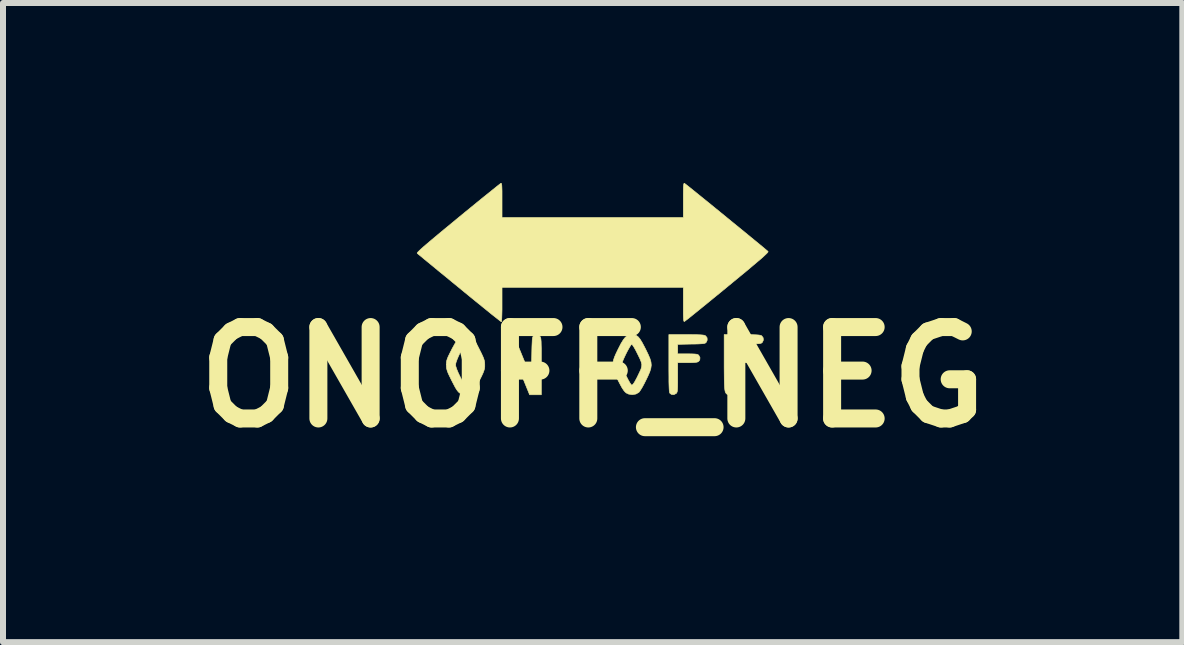
<source format=kicad_pcb>
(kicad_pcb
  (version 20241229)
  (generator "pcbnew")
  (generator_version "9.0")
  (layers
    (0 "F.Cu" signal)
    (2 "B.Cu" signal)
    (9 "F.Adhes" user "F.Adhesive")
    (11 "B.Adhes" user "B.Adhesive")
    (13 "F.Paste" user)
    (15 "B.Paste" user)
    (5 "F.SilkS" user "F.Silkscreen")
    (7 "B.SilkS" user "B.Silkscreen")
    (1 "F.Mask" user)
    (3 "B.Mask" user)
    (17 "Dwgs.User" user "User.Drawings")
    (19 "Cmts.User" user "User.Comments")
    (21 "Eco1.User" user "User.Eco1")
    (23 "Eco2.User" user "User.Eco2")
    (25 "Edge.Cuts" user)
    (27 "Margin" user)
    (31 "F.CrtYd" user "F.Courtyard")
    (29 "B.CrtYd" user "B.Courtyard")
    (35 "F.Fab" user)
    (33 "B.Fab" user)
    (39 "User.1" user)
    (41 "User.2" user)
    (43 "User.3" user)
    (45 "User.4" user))
  (footprint "ONOFF_NEG"
    (layer "F.Cu")
    (at 6.829 3.236)
    (property "Reference" "ONOFF_NEG" (at 0 0 0) (layer "F.SilkS") (effects (font (size 1.524 1.524) (thickness 0.3))))
    (attr through_hole)
    (fp_poly (pts (xy -1.317 -0.702) (xy -1.023 0.015) (xy -1.016 -0.328) (xy -1.014 -0.433) (xy -1.012 -0.514) (xy -1.009 -0.575) (xy -1.007 -0.619) (xy -1.003 -0.65) (xy -0.998 -0.669) (xy -0.992 -0.681) (xy -0.985 -0.689) (xy -0.983 -0.69) (xy -0.942 -0.707) (xy -0.903 -0.698) (xy -0.882 -0.682) (xy -0.875 -0.674) (xy -0.87 -0.663) (xy -0.865 -0.648) (xy -0.862 -0.625) (xy -0.859 -0.591) (xy -0.858 -0.544) (xy -0.856 -0.481) (xy -0.856 -0.399) (xy -0.856 -0.296) (xy -0.856 -0.18) (xy -0.856 0.294) (xy -1.051 0.294) (xy -1.197 -0.064) (xy -1.344 -0.423) (xy -1.35 -0.083) (xy -1.352 0.021) (xy -1.354 0.102) (xy -1.357 0.163) (xy -1.36 0.206) (xy -1.363 0.236) (xy -1.368 0.255) (xy -1.374 0.267) (xy -1.382 0.275) (xy -1.383 0.275) (xy -1.424 0.293) (xy -1.463 0.287) (xy -1.49 0.264) (xy -1.495 0.253) (xy -1.5 0.236) (xy -1.504 0.21) (xy -1.506 0.172) (xy -1.508 0.12) (xy -1.509 0.051) (xy -1.51 -0.038) (xy -1.511 -0.149) (xy -1.511 -0.238) (xy -1.511 -0.71) (xy -1.317 -0.702)) (stroke (width 0.01) (type solid)) (fill yes) (layer "F.SilkS"))
    (fp_poly (pts (xy 1.66 -0.708) (xy 1.736 -0.707) (xy 1.792 -0.705) (xy 1.832 -0.702) (xy 1.858 -0.698) (xy 1.876 -0.691) (xy 1.882 -0.688) (xy 1.907 -0.656) (xy 1.909 -0.616) (xy 1.893 -0.581) (xy 1.884 -0.571) (xy 1.87 -0.564) (xy 1.847 -0.559) (xy 1.812 -0.556) (xy 1.76 -0.553) (xy 1.687 -0.551) (xy 1.645 -0.551) (xy 1.417 -0.546) (xy 1.417 -0.388) (xy 1.582 -0.388) (xy 1.653 -0.387) (xy 1.702 -0.385) (xy 1.734 -0.381) (xy 1.754 -0.375) (xy 1.768 -0.365) (xy 1.769 -0.363) (xy 1.789 -0.325) (xy 1.785 -0.286) (xy 1.767 -0.263) (xy 1.751 -0.253) (xy 1.727 -0.247) (xy 1.689 -0.243) (xy 1.632 -0.241) (xy 1.58 -0.241) (xy 1.417 -0.241) (xy 1.417 0.005) (xy 1.417 0.092) (xy 1.416 0.157) (xy 1.414 0.203) (xy 1.411 0.234) (xy 1.405 0.254) (xy 1.398 0.266) (xy 1.393 0.272) (xy 1.354 0.292) (xy 1.315 0.289) (xy 1.291 0.273) (xy 1.285 0.265) (xy 1.281 0.25) (xy 1.277 0.227) (xy 1.275 0.193) (xy 1.273 0.145) (xy 1.271 0.08) (xy 1.271 -0.004) (xy 1.27 -0.109) (xy 1.27 -0.228) (xy 1.27 -0.709) (xy 1.561 -0.709) (xy 1.66 -0.708)) (stroke (width 0.01) (type solid)) (fill yes) (layer "F.SilkS"))
    (fp_poly (pts (xy 2.59 -0.708) (xy 2.667 -0.707) (xy 2.724 -0.705) (xy 2.765 -0.702) (xy 2.792 -0.698) (xy 2.81 -0.692) (xy 2.818 -0.688) (xy 2.842 -0.656) (xy 2.845 -0.616) (xy 2.829 -0.581) (xy 2.819 -0.571) (xy 2.806 -0.564) (xy 2.783 -0.559) (xy 2.748 -0.556) (xy 2.696 -0.553) (xy 2.623 -0.551) (xy 2.581 -0.551) (xy 2.353 -0.546) (xy 2.353 -0.388) (xy 2.518 -0.388) (xy 2.589 -0.387) (xy 2.638 -0.385) (xy 2.67 -0.381) (xy 2.69 -0.375) (xy 2.703 -0.365) (xy 2.705 -0.363) (xy 2.725 -0.325) (xy 2.72 -0.286) (xy 2.703 -0.263) (xy 2.687 -0.253) (xy 2.663 -0.247) (xy 2.625 -0.243) (xy 2.568 -0.241) (xy 2.516 -0.241) (xy 2.353 -0.241) (xy 2.353 0.005) (xy 2.353 0.092) (xy 2.352 0.157) (xy 2.35 0.203) (xy 2.346 0.234) (xy 2.341 0.254) (xy 2.334 0.266) (xy 2.328 0.272) (xy 2.292 0.291) (xy 2.253 0.291) (xy 2.238 0.284) (xy 2.226 0.274) (xy 2.217 0.261) (xy 2.209 0.241) (xy 2.203 0.212) (xy 2.199 0.171) (xy 2.196 0.116) (xy 2.194 0.044) (xy 2.193 -0.048) (xy 2.192 -0.163) (xy 2.192 -0.246) (xy 2.192 -0.709) (xy 2.49 -0.709) (xy 2.59 -0.708)) (stroke (width 0.01) (type solid)) (fill yes) (layer "F.SilkS"))
    (fp_poly (pts (xy 0.693 -0.705) (xy 0.728 -0.694) (xy 0.759 -0.671) (xy 0.79 -0.633) (xy 0.824 -0.578) (xy 0.864 -0.503) (xy 0.883 -0.466) (xy 0.925 -0.379) (xy 0.955 -0.309) (xy 0.972 -0.251) (xy 0.977 -0.199) (xy 0.97 -0.147) (xy 0.952 -0.088) (xy 0.921 -0.017) (xy 0.891 0.045) (xy 0.858 0.111) (xy 0.826 0.17) (xy 0.797 0.217) (xy 0.776 0.247) (xy 0.771 0.253) (xy 0.721 0.282) (xy 0.66 0.292) (xy 0.599 0.283) (xy 0.561 0.265) (xy 0.539 0.246) (xy 0.515 0.217) (xy 0.487 0.174) (xy 0.454 0.113) (xy 0.423 0.053) (xy 0.388 -0.016) (xy 0.364 -0.067) (xy 0.348 -0.105) (xy 0.339 -0.135) (xy 0.336 -0.163) (xy 0.336 -0.193) (xy 0.337 -0.207) (xy 0.486 -0.207) (xy 0.489 -0.182) (xy 0.5 -0.149) (xy 0.52 -0.102) (xy 0.55 -0.038) (xy 0.556 -0.026) (xy 0.594 0.049) (xy 0.624 0.101) (xy 0.645 0.129) (xy 0.654 0.134) (xy 0.671 0.121) (xy 0.696 0.086) (xy 0.728 0.028) (xy 0.744 -0.003) (xy 0.779 -0.076) (xy 0.804 -0.13) (xy 0.817 -0.174) (xy 0.819 -0.213) (xy 0.809 -0.253) (xy 0.789 -0.303) (xy 0.758 -0.367) (xy 0.749 -0.385) (xy 0.719 -0.445) (xy 0.691 -0.495) (xy 0.668 -0.53) (xy 0.654 -0.547) (xy 0.652 -0.548) (xy 0.639 -0.537) (xy 0.619 -0.506) (xy 0.594 -0.462) (xy 0.566 -0.41) (xy 0.539 -0.354) (xy 0.515 -0.302) (xy 0.497 -0.257) (xy 0.488 -0.229) (xy 0.486 -0.207) (xy 0.337 -0.207) (xy 0.337 -0.214) (xy 0.341 -0.253) (xy 0.349 -0.29) (xy 0.363 -0.332) (xy 0.385 -0.384) (xy 0.417 -0.451) (xy 0.429 -0.475) (xy 0.472 -0.559) (xy 0.51 -0.621) (xy 0.544 -0.664) (xy 0.578 -0.691) (xy 0.614 -0.705) (xy 0.654 -0.708) (xy 0.693 -0.705)) (stroke (width 0.01) (type solid)) (fill yes) (layer "F.SilkS"))
    (fp_poly (pts (xy -2.076 -0.702) (xy -2.036 -0.687) (xy -2.017 -0.675) (xy -1.999 -0.658) (xy -1.979 -0.631) (xy -1.955 -0.59) (xy -1.924 -0.533) (xy -1.895 -0.476) (xy -1.858 -0.403) (xy -1.832 -0.348) (xy -1.815 -0.306) (xy -1.805 -0.272) (xy -1.8 -0.242) (xy -1.799 -0.208) (xy -1.799 -0.205) (xy -1.799 -0.172) (xy -1.803 -0.141) (xy -1.812 -0.109) (xy -1.827 -0.069) (xy -1.851 -0.017) (xy -1.886 0.053) (xy -1.889 0.059) (xy -1.928 0.136) (xy -1.96 0.192) (xy -1.985 0.231) (xy -2.007 0.256) (xy -2.023 0.268) (xy -2.083 0.29) (xy -2.148 0.291) (xy -2.209 0.27) (xy -2.216 0.266) (xy -2.238 0.247) (xy -2.261 0.218) (xy -2.289 0.174) (xy -2.322 0.111) (xy -2.35 0.057) (xy -2.385 -0.014) (xy -2.41 -0.067) (xy -2.425 -0.108) (xy -2.434 -0.14) (xy -2.438 -0.171) (xy -2.439 -0.205) (xy -2.286 -0.205) (xy -2.28 -0.175) (xy -2.265 -0.13) (xy -2.243 -0.077) (xy -2.216 -0.02) (xy -2.188 0.035) (xy -2.161 0.082) (xy -2.138 0.117) (xy -2.121 0.133) (xy -2.118 0.134) (xy -2.103 0.122) (xy -2.08 0.087) (xy -2.05 0.033) (xy -2.025 -0.015) (xy -1.994 -0.082) (xy -1.97 -0.14) (xy -1.956 -0.185) (xy -1.952 -0.207) (xy -1.957 -0.237) (xy -1.973 -0.281) (xy -1.995 -0.335) (xy -2.021 -0.391) (xy -2.049 -0.447) (xy -2.076 -0.495) (xy -2.099 -0.53) (xy -2.116 -0.547) (xy -2.119 -0.548) (xy -2.134 -0.537) (xy -2.156 -0.505) (xy -2.182 -0.46) (xy -2.21 -0.406) (xy -2.237 -0.349) (xy -2.26 -0.294) (xy -2.277 -0.246) (xy -2.286 -0.211) (xy -2.286 -0.205) (xy -2.439 -0.205) (xy -2.439 -0.205) (xy -2.439 -0.205) (xy -2.438 -0.239) (xy -2.434 -0.27) (xy -2.424 -0.303) (xy -2.408 -0.343) (xy -2.382 -0.396) (xy -2.346 -0.467) (xy -2.346 -0.468) (xy -2.295 -0.56) (xy -2.25 -0.629) (xy -2.208 -0.676) (xy -2.167 -0.703) (xy -2.123 -0.711) (xy -2.076 -0.702)) (stroke (width 0.01) (type solid)) (fill yes) (layer "F.SilkS"))
    (fp_poly (pts (xy -1.523 -3.23) (xy -1.519 -3.219) (xy -1.515 -3.197) (xy -1.513 -3.158) (xy -1.511 -3.102) (xy -1.511 -3.024) (xy -1.511 -2.949) (xy -1.511 -2.66) (xy 1.511 -2.66) (xy 1.511 -2.949) (xy 1.511 -3.045) (xy 1.512 -3.118) (xy 1.513 -3.169) (xy 1.516 -3.203) (xy 1.52 -3.223) (xy 1.525 -3.231) (xy 1.53 -3.231) (xy 1.542 -3.221) (xy 1.573 -3.197) (xy 1.621 -3.159) (xy 1.683 -3.109) (xy 1.757 -3.049) (xy 1.841 -2.981) (xy 1.934 -2.906) (xy 2.032 -2.826) (xy 2.135 -2.742) (xy 2.239 -2.657) (xy 2.343 -2.572) (xy 2.445 -2.489) (xy 2.543 -2.409) (xy 2.634 -2.334) (xy 2.716 -2.267) (xy 2.788 -2.208) (xy 2.847 -2.159) (xy 2.891 -2.122) (xy 2.918 -2.099) (xy 2.924 -2.093) (xy 2.923 -2.087) (xy 2.913 -2.073) (xy 2.891 -2.051) (xy 2.857 -2.019) (xy 2.811 -1.977) (xy 2.749 -1.925) (xy 2.672 -1.86) (xy 2.579 -1.781) (xy 2.467 -1.689) (xy 2.337 -1.582) (xy 2.245 -1.506) (xy 2.127 -1.409) (xy 2.014 -1.317) (xy 1.909 -1.231) (xy 1.813 -1.153) (xy 1.728 -1.084) (xy 1.656 -1.026) (xy 1.599 -0.98) (xy 1.557 -0.948) (xy 1.534 -0.93) (xy 1.53 -0.927) (xy 1.523 -0.928) (xy 1.519 -0.938) (xy 1.515 -0.961) (xy 1.513 -0.999) (xy 1.511 -1.056) (xy 1.511 -1.134) (xy 1.511 -1.208) (xy 1.511 -1.497) (xy -1.511 -1.497) (xy -1.511 -1.21) (xy -1.511 -1.124) (xy -1.513 -1.049) (xy -1.515 -0.988) (xy -1.518 -0.945) (xy -1.521 -0.924) (xy -1.523 -0.922) (xy -1.535 -0.931) (xy -1.566 -0.955) (xy -1.614 -0.993) (xy -1.678 -1.043) (xy -1.755 -1.106) (xy -1.844 -1.178) (xy -1.944 -1.259) (xy -2.052 -1.347) (xy -2.167 -1.441) (xy -2.221 -1.486) (xy -2.339 -1.582) (xy -2.45 -1.674) (xy -2.555 -1.759) (xy -2.649 -1.837) (xy -2.733 -1.906) (xy -2.804 -1.964) (xy -2.86 -2.011) (xy -2.9 -2.043) (xy -2.921 -2.061) (xy -2.924 -2.064) (xy -2.924 -2.071) (xy -2.913 -2.085) (xy -2.891 -2.107) (xy -2.858 -2.138) (xy -2.811 -2.18) (xy -2.75 -2.232) (xy -2.673 -2.297) (xy -2.58 -2.375) (xy -2.468 -2.468) (xy -2.338 -2.575) (xy -2.245 -2.652) (xy -2.127 -2.749) (xy -2.014 -2.841) (xy -1.909 -2.927) (xy -1.813 -3.005) (xy -1.728 -3.073) (xy -1.656 -3.131) (xy -1.599 -3.177) (xy -1.557 -3.21) (xy -1.534 -3.228) (xy -1.53 -3.231) (xy -1.523 -3.23)) (stroke (width 0.01) (type solid)) (fill yes) (layer "F.SilkS")))
  (gr_rect
    (start -3 -3)
    (end 16.658 7.654)
    (stroke (width 0.1) (type default))
    (fill no)
    (layer "Edge.Cuts")))
</source>
